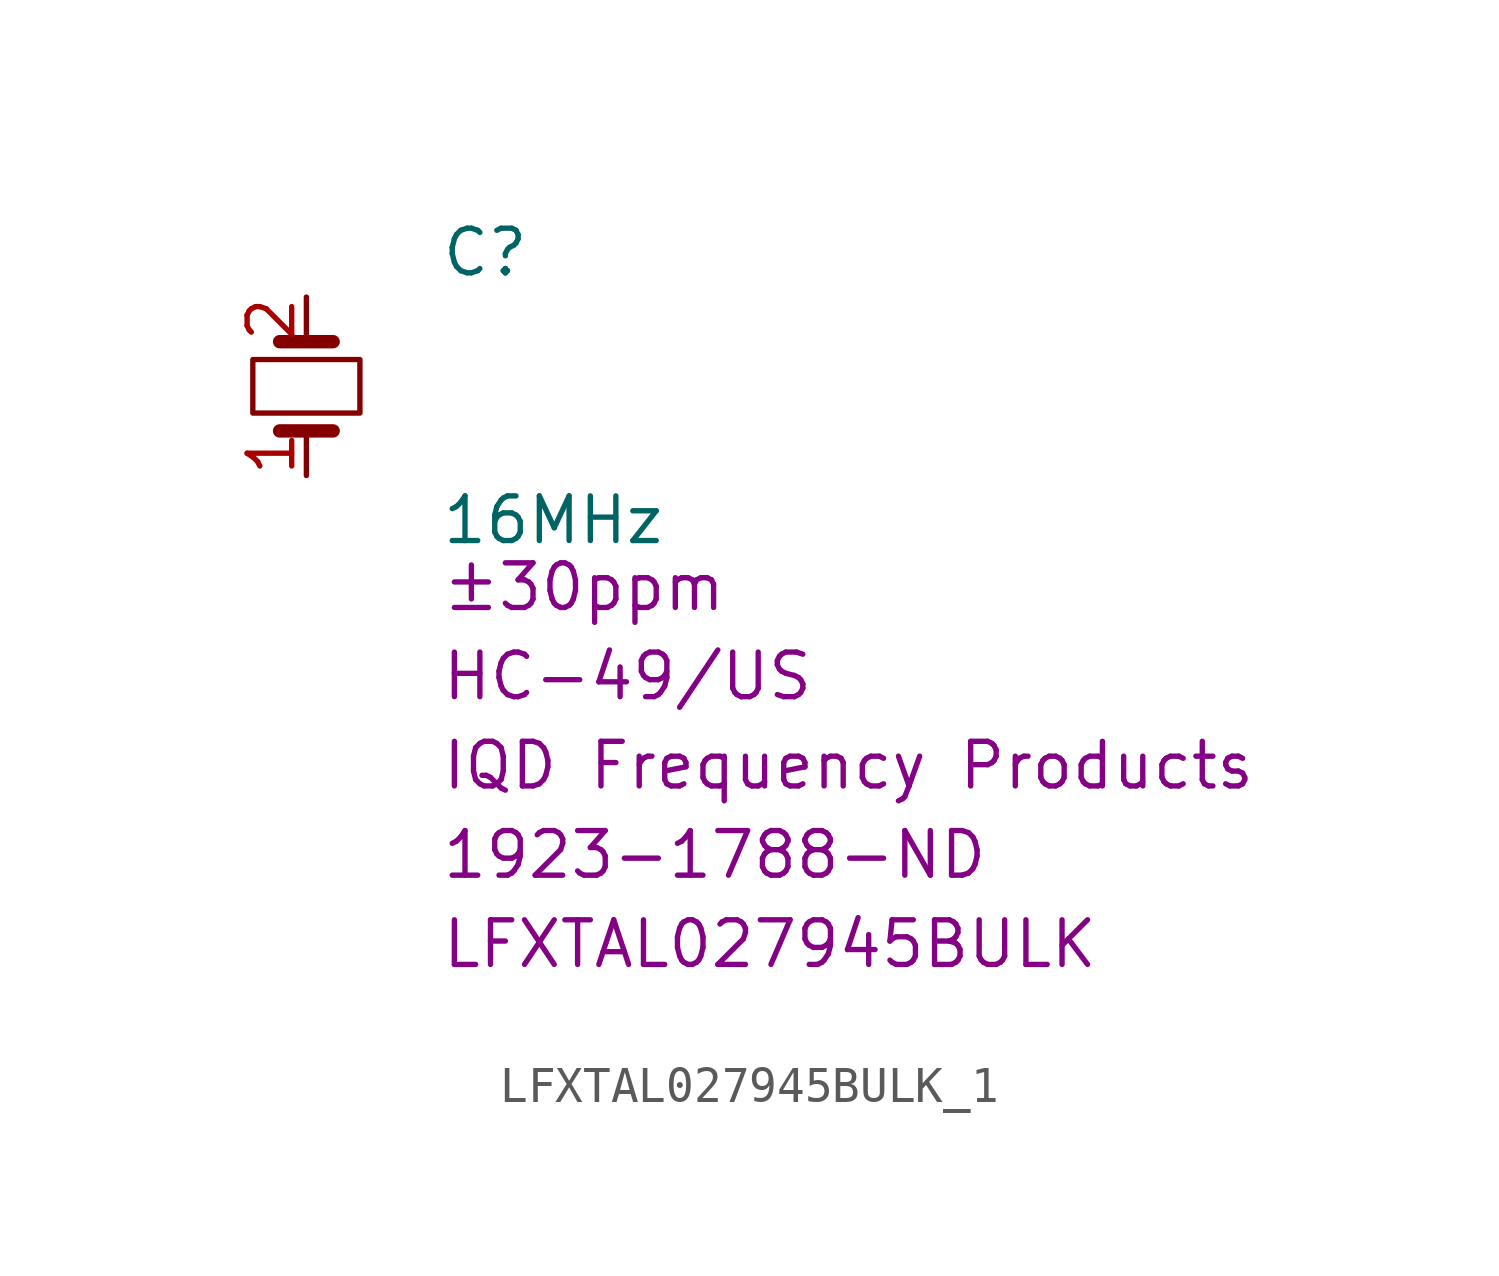
<source format=kicad_sym>
(kicad_symbol_lib
  (version 20231120)
  (generator "kicad_symbol_editor")
  (generator_version "8.0")
  (symbol "LFXTAL027945BULK_1"
    (property "Reference" "C"
      (at 3.81 3.81 0)
      (effects (font (size 1.27 1.27)) (justify left)))
    (property "Value" "16MHz"
      (at 3.81 -3.81 0)
      (effects (font (size 1.27 1.27)) (justify left)))
    (property "Tolerance" "±30ppm"
      (at 3.81 -5.715 0)
      (effects (font (size 1.27 1.27)) (justify left)))
    (property "Chip Set" "HC-49/US"
      (at 3.81 -8.255 0)
      (effects (font (size 1.27 1.27)) (justify left)))
    (property "Manufacturer" "IQD Frequency Products"
      (at 3.81 -10.795 0)
      (effects (font (size 1.27 1.27)) (justify left)))
    (property "MPN" "LFXTAL027945BULK"
      (at 3.81 -15.875 0)
      (effects (font (size 1.27 1.27)) (justify left)))
    (property "Digi-Key_PN" "1923-1788-ND"
      (at 3.81 -13.335 0)
      (effects (font (size 1.27 1.27)) (justify left)))
    (symbol "LFXTAL027945BULK_1_1_1"
      (polyline (pts (xy 0.762 -1.27) (xy -0.762 -1.27)) (stroke (width 0.381) (type default)) (fill (type none)))
      (polyline (pts (xy 0.762 1.27) (xy -0.762 1.27)) (stroke (width 0.381) (type default)) (fill (type none)))
      (rectangle (start 1.524 -0.762) (end -1.524 0.762) (stroke (width 0) (type default)) (fill (type none)))
      (pin passive line (at 0 -2.54 90) (length 1.27) (name "~" (effects (font (size 1.27 1.27)))) (number "1" (effects (font (size 1.27 1.27)))))
      (pin passive line (at 0 2.54 270) (length 1.27) (name "~" (effects (font (size 1.27 1.27)))) (number "2" (effects (font (size 1.27 1.27))))))))
</source>
